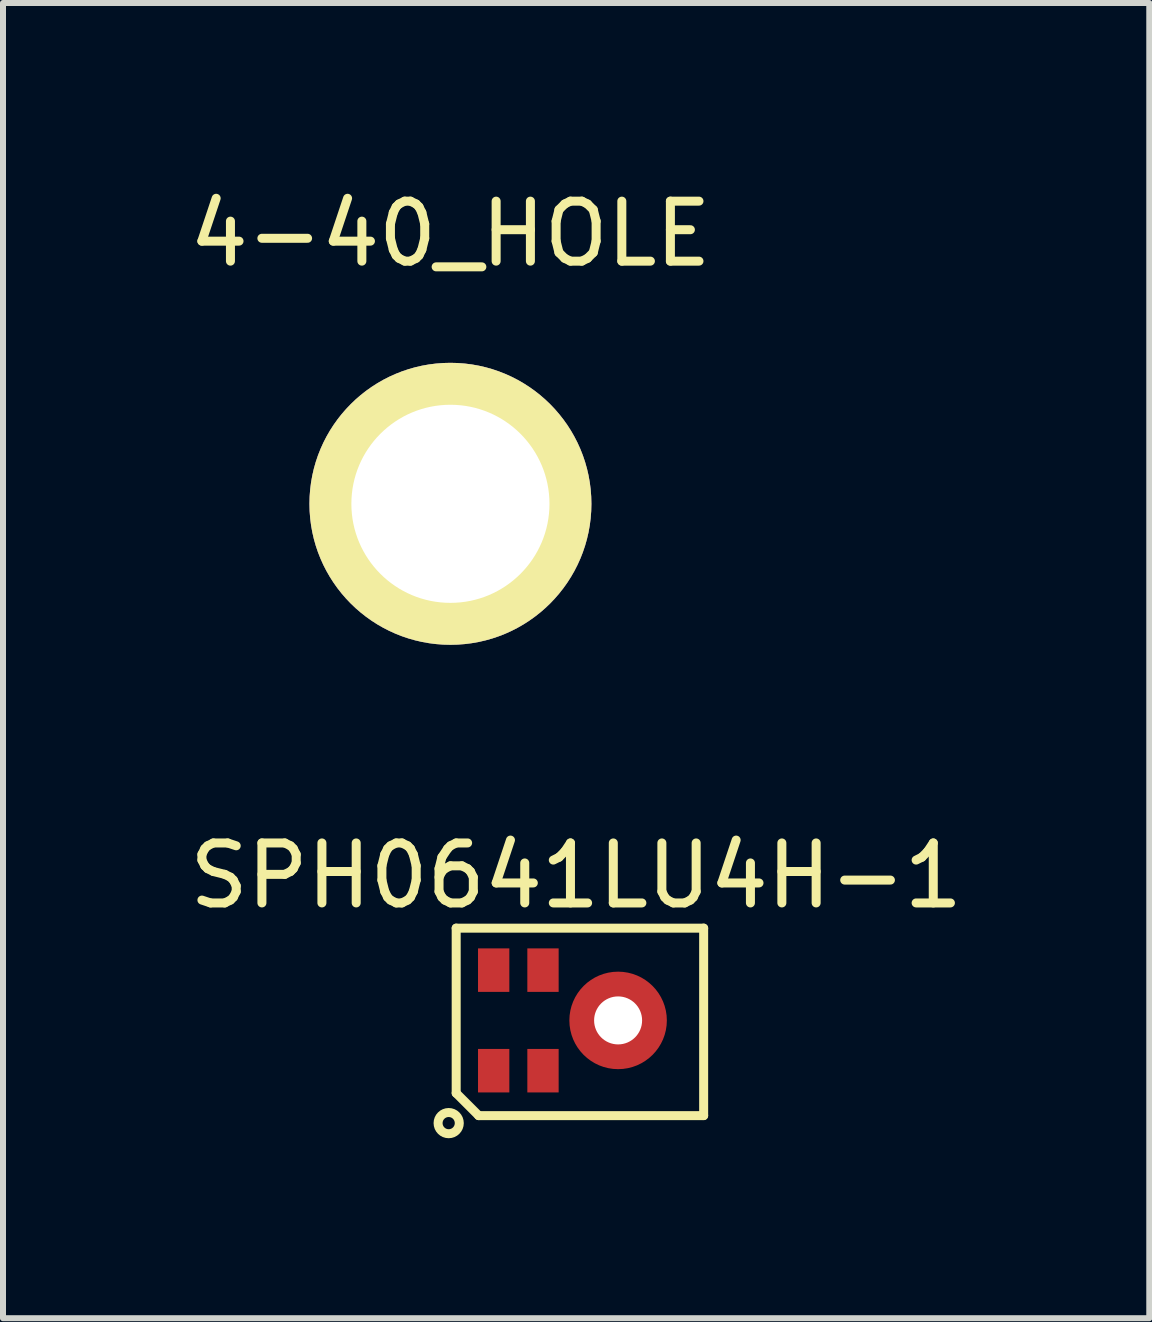
<source format=kicad_pcb>
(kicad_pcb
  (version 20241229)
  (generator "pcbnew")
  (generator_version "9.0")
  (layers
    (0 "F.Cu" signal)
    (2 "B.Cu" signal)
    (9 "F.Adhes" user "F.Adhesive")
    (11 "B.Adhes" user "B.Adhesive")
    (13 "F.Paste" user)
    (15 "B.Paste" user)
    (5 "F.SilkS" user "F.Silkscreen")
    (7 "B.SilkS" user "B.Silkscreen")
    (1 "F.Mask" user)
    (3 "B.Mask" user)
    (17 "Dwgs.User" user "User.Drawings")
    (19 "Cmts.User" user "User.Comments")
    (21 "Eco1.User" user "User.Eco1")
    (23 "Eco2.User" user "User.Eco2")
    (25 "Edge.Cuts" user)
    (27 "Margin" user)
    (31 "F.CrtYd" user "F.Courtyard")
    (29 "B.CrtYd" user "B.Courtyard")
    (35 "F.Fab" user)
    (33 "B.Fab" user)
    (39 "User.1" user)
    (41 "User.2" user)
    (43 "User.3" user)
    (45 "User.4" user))
  (footprint "SPH0641LU4H-1"
    (placed yes)
    (layer "F.Cu")
    (at 7.253 13.959)
    (property "Reference" "SPH0641LU4H-1" (at -0.699 -2.413 0) (layer "F.SilkS") (effects (font (size 1 1) (thickness 0.15))))
    (attr through_hole)
    (fp_line (start -2.699 -1.538) (end -2.699 1.212) (stroke (width 0.15) (type solid)) (layer "F.SilkS"))
    (fp_line (start -2.699 1.212) (end -2.324 1.587) (stroke (width 0.15) (type solid)) (layer "F.SilkS"))
    (fp_line (start -2.324 1.587) (end 1.426 1.587) (stroke (width 0.15) (type solid)) (layer "F.SilkS"))
    (fp_line (start 1.426 -1.538) (end -2.699 -1.538) (stroke (width 0.15) (type solid)) (layer "F.SilkS"))
    (fp_line (start 1.426 1.587) (end 1.426 -1.538) (stroke (width 0.15) (type solid)) (layer "F.SilkS"))
    (fp_circle (center -2.824 1.712) (end -2.699 1.837) (stroke (width 0.15) (type solid)) (fill no) (layer "F.SilkS"))
    (pad "" np_thru_hole circle (at 0 0) (size 0.8 0.8) (drill 0.8) (layers "F.Cu" "F.Mask"))
    (pad "1" smd rect (at -2.074 0.838) (size 0.522 0.725) (layers "F.Cu" "F.Mask" "F.Paste"))
    (pad "2" smd rect (at -1.252 0.838) (size 0.522 0.725) (layers "F.Cu" "F.Mask" "F.Paste"))
    (pad "3" smd circle (at 0 0) (size 1.625 1.625) (layers "F.Cu" "F.Mask" "F.Paste"))
    (pad "4" smd rect (at -1.252 -0.838) (size 0.522 0.725) (layers "F.Cu" "F.Mask" "F.Paste"))
    (pad "5" smd rect (at -2.074 -0.838) (size 0.522 0.725) (layers "F.Cu" "F.Mask" "F.Paste")))
  (footprint "4-40_HOLE"
    (layer "F.Cu")
    (at 4.458 5.348)
    (property "Reference" "4-40_HOLE" (at 0 -4.5 0) (layer "F.SilkS") (effects (font (size 1 1) (thickness 0.15))))
    (attr through_hole)
    (pad "1" thru_hole circle (at 0 0) (size 4.7 4.7) (drill 3.302) (layers "*.Cu" "*.Mask" "F.SilkS")))
  (gr_rect
    (start -3 -3)
    (end 16.107 18.923)
    (stroke (width 0.1) (type default))
    (fill no)
    (layer "Edge.Cuts")))
</source>
